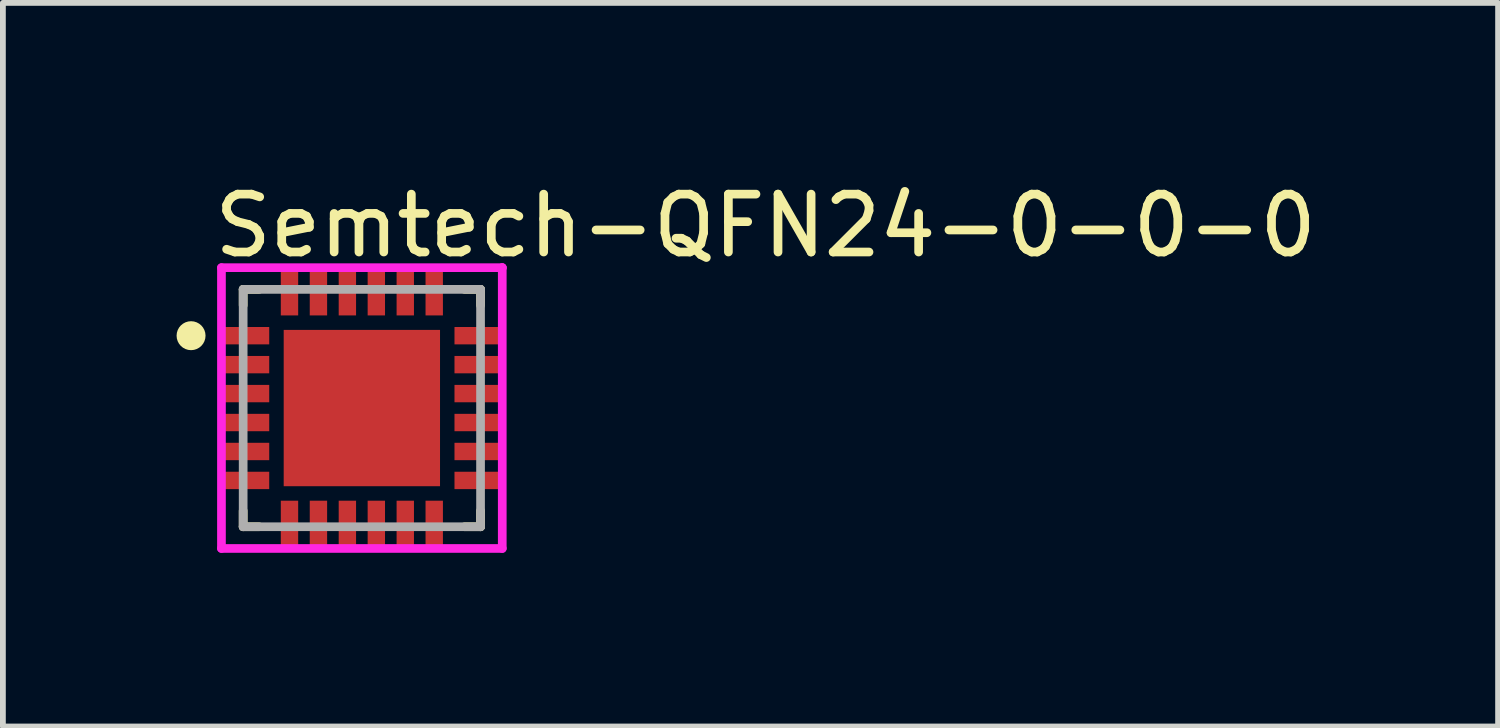
<source format=kicad_pcb>
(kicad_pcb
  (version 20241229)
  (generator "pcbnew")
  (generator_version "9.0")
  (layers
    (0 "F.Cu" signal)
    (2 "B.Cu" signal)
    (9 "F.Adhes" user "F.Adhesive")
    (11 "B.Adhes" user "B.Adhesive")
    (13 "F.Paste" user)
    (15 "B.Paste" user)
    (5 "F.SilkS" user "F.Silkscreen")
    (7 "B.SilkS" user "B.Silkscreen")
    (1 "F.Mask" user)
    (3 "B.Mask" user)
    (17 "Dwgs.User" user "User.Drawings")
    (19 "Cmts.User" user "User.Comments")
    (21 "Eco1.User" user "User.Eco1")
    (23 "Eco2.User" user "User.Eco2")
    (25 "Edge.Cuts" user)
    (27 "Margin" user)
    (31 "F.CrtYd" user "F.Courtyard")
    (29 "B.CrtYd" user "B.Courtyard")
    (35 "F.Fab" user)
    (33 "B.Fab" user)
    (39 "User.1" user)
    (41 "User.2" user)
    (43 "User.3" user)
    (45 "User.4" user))
  (footprint "Semtech-QFN24-0-0-0"
    (layer "F.Cu")
    (at 3.2 3.998)
    (property "Reference" "Semtech-QFN24-0-0-0" (at -2.625 -3.15 0) (layer "F.SilkS") (effects (font (size 1 1) (thickness 0.15)) (justify left)))
    (attr through_hole)
    (fp_line (start -2.05 -2.05) (end -1.775 -2.05) (stroke (width 0.15) (type solid)) (layer "F.SilkS"))
    (fp_line (start -2.05 -1.775) (end -2.05 -2.05) (stroke (width 0.15) (type solid)) (layer "F.SilkS"))
    (fp_line (start -2.05 2.05) (end -2.05 1.775) (stroke (width 0.15) (type solid)) (layer "F.SilkS"))
    (fp_line (start -2.05 2.05) (end -1.775 2.05) (stroke (width 0.15) (type solid)) (layer "F.SilkS"))
    (fp_line (start 1.775 -2.05) (end 2.05 -2.05) (stroke (width 0.15) (type solid)) (layer "F.SilkS"))
    (fp_line (start 1.775 2.05) (end 2.05 2.05) (stroke (width 0.15) (type solid)) (layer "F.SilkS"))
    (fp_line (start 2.05 -1.775) (end 2.05 -2.05) (stroke (width 0.15) (type solid)) (layer "F.SilkS"))
    (fp_line (start 2.05 2.05) (end 2.05 1.775) (stroke (width 0.15) (type solid)) (layer "F.SilkS"))
    (fp_circle (center -2.95 -1.25) (end -2.825 -1.25) (stroke (width 0.25) (type solid)) (fill no) (layer "F.SilkS"))
    (fp_line (start -2.425 -2.425) (end -2.425 2.425) (stroke (width 0.15) (type solid)) (layer "F.CrtYd"))
    (fp_line (start -2.425 2.425) (end 2.425 2.425) (stroke (width 0.15) (type solid)) (layer "F.CrtYd"))
    (fp_line (start 2.425 -2.425) (end -2.425 -2.425) (stroke (width 0.15) (type solid)) (layer "F.CrtYd"))
    (fp_line (start 2.425 -2.425) (end 2.425 -2.425) (stroke (width 0.15) (type solid)) (layer "F.CrtYd"))
    (fp_line (start 2.425 2.425) (end 2.425 -2.425) (stroke (width 0.15) (type solid)) (layer "F.CrtYd"))
    (fp_line (start -2.05 -2.05) (end 2.05 -2.05) (stroke (width 0.15) (type solid)) (layer "F.Fab"))
    (fp_line (start -2.05 2.05) (end -2.05 -2.05) (stroke (width 0.15) (type solid)) (layer "F.Fab"))
    (fp_line (start 2.05 -2.05) (end 2.05 2.05) (stroke (width 0.15) (type solid)) (layer "F.Fab"))
    (fp_line (start 2.05 2.05) (end -2.05 2.05) (stroke (width 0.15) (type solid)) (layer "F.Fab"))
    (pad "1" smd rect (at -2 -1.25) (size 0.8 0.3) (layers "F.Cu" "F.Mask" "F.Paste"))
    (pad "2" smd rect (at -2 -0.75) (size 0.8 0.3) (layers "F.Cu" "F.Mask" "F.Paste"))
    (pad "3" smd rect (at -2 -0.25) (size 0.8 0.3) (layers "F.Cu" "F.Mask" "F.Paste"))
    (pad "4" smd rect (at -2 0.25) (size 0.8 0.3) (layers "F.Cu" "F.Mask" "F.Paste"))
    (pad "5" smd rect (at -2 0.75) (size 0.8 0.3) (layers "F.Cu" "F.Mask" "F.Paste"))
    (pad "6" smd rect (at -2 1.25) (size 0.8 0.3) (layers "F.Cu" "F.Mask" "F.Paste"))
    (pad "7" smd rect (at -1.25 2) (size 0.3 0.8) (layers "F.Cu" "F.Mask" "F.Paste"))
    (pad "8" smd rect (at -0.75 2) (size 0.3 0.8) (layers "F.Cu" "F.Mask" "F.Paste"))
    (pad "9" smd rect (at -0.25 2) (size 0.3 0.8) (layers "F.Cu" "F.Mask" "F.Paste"))
    (pad "10" smd rect (at 0.25 2) (size 0.3 0.8) (layers "F.Cu" "F.Mask" "F.Paste"))
    (pad "11" smd rect (at 0.75 2) (size 0.3 0.8) (layers "F.Cu" "F.Mask" "F.Paste"))
    (pad "12" smd rect (at 1.25 2) (size 0.3 0.8) (layers "F.Cu" "F.Mask" "F.Paste"))
    (pad "13" smd rect (at 2 1.25) (size 0.8 0.3) (layers "F.Cu" "F.Mask" "F.Paste"))
    (pad "14" smd rect (at 2 0.75) (size 0.8 0.3) (layers "F.Cu" "F.Mask" "F.Paste"))
    (pad "15" smd rect (at 2 0.25) (size 0.8 0.3) (layers "F.Cu" "F.Mask" "F.Paste"))
    (pad "16" smd rect (at 2 -0.25) (size 0.8 0.3) (layers "F.Cu" "F.Mask" "F.Paste"))
    (pad "17" smd rect (at 2 -0.75) (size 0.8 0.3) (layers "F.Cu" "F.Mask" "F.Paste"))
    (pad "18" smd rect (at 2 -1.25) (size 0.8 0.3) (layers "F.Cu" "F.Mask" "F.Paste"))
    (pad "19" smd rect (at 1.25 -2) (size 0.3 0.8) (layers "F.Cu" "F.Mask" "F.Paste"))
    (pad "20" smd rect (at 0.75 -2) (size 0.3 0.8) (layers "F.Cu" "F.Mask" "F.Paste"))
    (pad "21" smd rect (at 0.25 -2) (size 0.3 0.8) (layers "F.Cu" "F.Mask" "F.Paste"))
    (pad "22" smd rect (at -0.25 -2) (size 0.3 0.8) (layers "F.Cu" "F.Mask" "F.Paste"))
    (pad "23" smd rect (at -0.75 -2) (size 0.3 0.8) (layers "F.Cu" "F.Mask" "F.Paste"))
    (pad "24" smd rect (at -1.25 -2) (size 0.3 0.8) (layers "F.Cu" "F.Mask" "F.Paste"))
    (pad "25" smd rect (at 0 0) (size 2.7 2.7) (layers "F.Cu" "F.Mask" "F.Paste")))
  (gr_rect
    (start -3 -3)
    (end 22.825 9.498)
    (stroke (width 0.1) (type default))
    (fill no)
    (layer "Edge.Cuts")))
</source>
